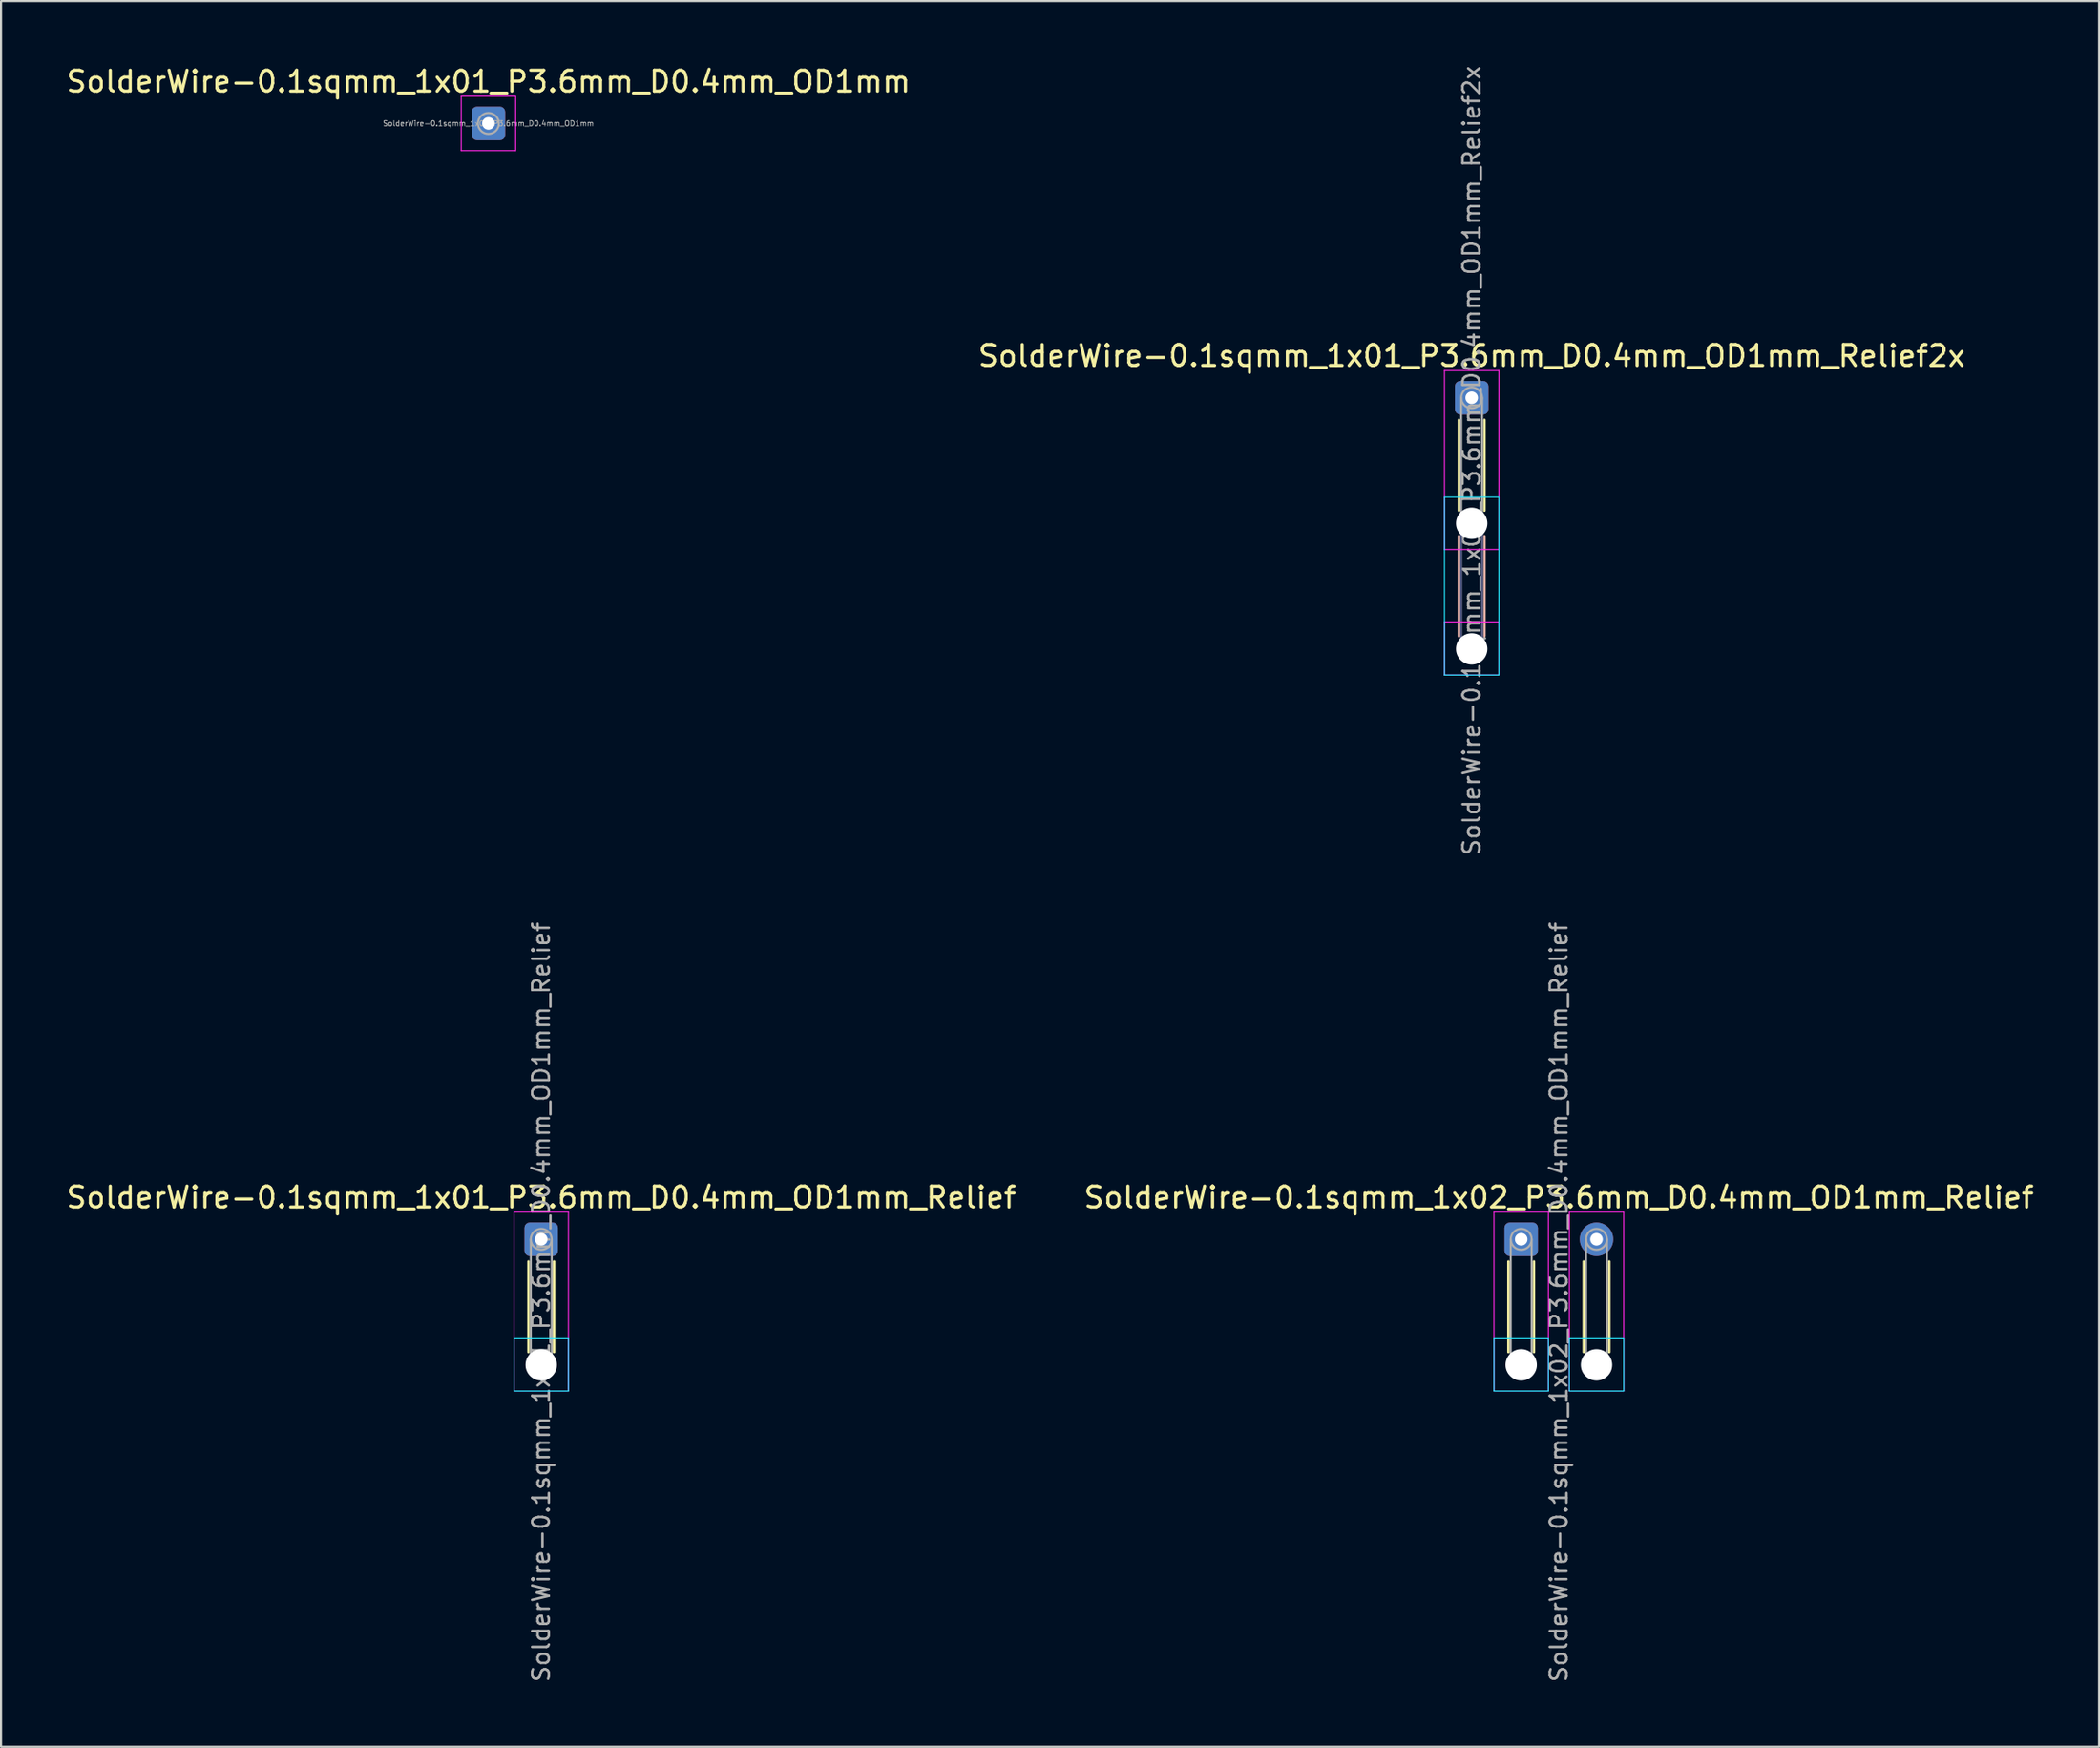
<source format=kicad_pcb>
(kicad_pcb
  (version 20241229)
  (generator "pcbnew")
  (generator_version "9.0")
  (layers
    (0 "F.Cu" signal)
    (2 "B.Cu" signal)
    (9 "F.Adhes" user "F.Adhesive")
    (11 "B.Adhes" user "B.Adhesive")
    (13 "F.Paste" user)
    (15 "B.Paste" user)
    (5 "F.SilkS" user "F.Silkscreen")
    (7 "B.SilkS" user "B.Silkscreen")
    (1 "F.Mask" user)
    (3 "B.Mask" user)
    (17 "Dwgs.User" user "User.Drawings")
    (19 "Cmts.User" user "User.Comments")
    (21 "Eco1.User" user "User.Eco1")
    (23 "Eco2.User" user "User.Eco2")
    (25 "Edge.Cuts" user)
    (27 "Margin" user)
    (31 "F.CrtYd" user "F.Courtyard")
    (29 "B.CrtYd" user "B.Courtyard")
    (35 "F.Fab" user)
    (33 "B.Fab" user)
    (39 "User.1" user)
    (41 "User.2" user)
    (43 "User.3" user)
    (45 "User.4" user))
  (footprint "SolderWire-0.1sqmm_1x01_P3.6mm_D0.4mm_OD1mm_Relief"
    (layer "F.Cu")
    (at 22.815 56.167)
    (property "Reference" "SolderWire-0.1sqmm_1x01_P3.6mm_D0.4mm_OD1mm_Relief" (at 0 -2 0) (layer "F.SilkS") (effects (font (size 1 1) (thickness 0.15))))
    (attr exclude_from_pos_files exclude_from_bom)
    (fp_line (start -0.61 1.06) (end -0.61 5.39) (stroke (width 0.12) (type solid)) (layer "F.SilkS"))
    (fp_line (start 0.61 1.06) (end 0.61 5.39) (stroke (width 0.12) (type solid)) (layer "F.SilkS"))
    (fp_line (start -1.3 4.75) (end -1.3 7.25) (stroke (width 0.05) (type solid)) (layer "B.CrtYd"))
    (fp_line (start -1.3 7.25) (end 1.3 7.25) (stroke (width 0.05) (type solid)) (layer "B.CrtYd"))
    (fp_line (start 1.3 4.75) (end -1.3 4.75) (stroke (width 0.05) (type solid)) (layer "B.CrtYd"))
    (fp_line (start 1.3 7.25) (end 1.3 4.75) (stroke (width 0.05) (type solid)) (layer "B.CrtYd"))
    (fp_line (start -1.3 -1.3) (end -1.3 7.25) (stroke (width 0.05) (type solid)) (layer "F.CrtYd"))
    (fp_line (start -1.3 7.25) (end 1.3 7.25) (stroke (width 0.05) (type solid)) (layer "F.CrtYd"))
    (fp_line (start 1.3 -1.3) (end -1.3 -1.3) (stroke (width 0.05) (type solid)) (layer "F.CrtYd"))
    (fp_line (start 1.3 7.25) (end 1.3 -1.3) (stroke (width 0.05) (type solid)) (layer "F.CrtYd"))
    (fp_line (start -0.5 0) (end -0.5 6) (stroke (width 0.1) (type solid)) (layer "F.Fab"))
    (fp_line (start 0.5 0) (end 0.5 6) (stroke (width 0.1) (type solid)) (layer "F.Fab"))
    (fp_circle (center 0 0) (end 0.5 0) (stroke (width 0.1) (type solid)) (fill no) (layer "F.Fab"))
    (fp_circle (center 0 6) (end 0.5 6) (stroke (width 0.1) (type solid)) (fill no) (layer "F.Fab"))
    (fp_text user "${REFERENCE}" (at 0 3 90) (layer "F.Fab") (effects (font (size 0.8 0.8) (thickness 0.12))))
    (pad "" np_thru_hole circle (at 0 6) (size 1.5 1.5) (drill 1.5) (layers "*.Cu" "*.Mask"))
    (pad "1" thru_hole roundrect (at 0 0) (size 1.6 1.6) (drill 0.6) (layers "*.Cu" "*.Mask") (roundrect_rratio 0.156)))
  (footprint "SolderWire-0.1sqmm_1x01_P3.6mm_D0.4mm_OD1mm_Relief2x"
    (layer "F.Cu")
    (at 67.28 15.957)
    (property "Reference" "SolderWire-0.1sqmm_1x01_P3.6mm_D0.4mm_OD1mm_Relief2x" (at 0 -2 0) (layer "F.SilkS") (effects (font (size 1 1) (thickness 0.15))))
    (attr exclude_from_pos_files exclude_from_bom)
    (fp_line (start -0.61 1.06) (end -0.61 5.39) (stroke (width 0.12) (type solid)) (layer "F.SilkS"))
    (fp_line (start 0.61 1.06) (end 0.61 5.39) (stroke (width 0.12) (type solid)) (layer "F.SilkS"))
    (fp_line (start -0.61 6.61) (end -0.61 11.39) (stroke (width 0.12) (type solid)) (layer "B.SilkS"))
    (fp_line (start 0.61 6.61) (end 0.61 11.39) (stroke (width 0.12) (type solid)) (layer "B.SilkS"))
    (fp_line (start -1.3 4.75) (end -1.3 13.25) (stroke (width 0.05) (type solid)) (layer "B.CrtYd"))
    (fp_line (start -1.3 13.25) (end 1.3 13.25) (stroke (width 0.05) (type solid)) (layer "B.CrtYd"))
    (fp_line (start 1.3 4.75) (end -1.3 4.75) (stroke (width 0.05) (type solid)) (layer "B.CrtYd"))
    (fp_line (start 1.3 13.25) (end 1.3 4.75) (stroke (width 0.05) (type solid)) (layer "B.CrtYd"))
    (fp_line (start -1.3 -1.3) (end -1.3 7.25) (stroke (width 0.05) (type solid)) (layer "F.CrtYd"))
    (fp_line (start -1.3 7.25) (end 1.3 7.25) (stroke (width 0.05) (type solid)) (layer "F.CrtYd"))
    (fp_line (start -1.3 10.75) (end -1.3 13.25) (stroke (width 0.05) (type solid)) (layer "F.CrtYd"))
    (fp_line (start -1.3 13.25) (end 1.3 13.25) (stroke (width 0.05) (type solid)) (layer "F.CrtYd"))
    (fp_line (start 1.3 -1.3) (end -1.3 -1.3) (stroke (width 0.05) (type solid)) (layer "F.CrtYd"))
    (fp_line (start 1.3 7.25) (end 1.3 -1.3) (stroke (width 0.05) (type solid)) (layer "F.CrtYd"))
    (fp_line (start 1.3 10.75) (end -1.3 10.75) (stroke (width 0.05) (type solid)) (layer "F.CrtYd"))
    (fp_line (start 1.3 13.25) (end 1.3 10.75) (stroke (width 0.05) (type solid)) (layer "F.CrtYd"))
    (fp_line (start -0.5 6) (end -0.5 12) (stroke (width 0.1) (type solid)) (layer "B.Fab"))
    (fp_line (start 0.5 6) (end 0.5 12) (stroke (width 0.1) (type solid)) (layer "B.Fab"))
    (fp_circle (center 0 6) (end 0.5 6) (stroke (width 0.1) (type solid)) (fill no) (layer "B.Fab"))
    (fp_circle (center 0 12) (end 0.5 12) (stroke (width 0.1) (type solid)) (fill no) (layer "B.Fab"))
    (fp_line (start -0.5 0) (end -0.5 6) (stroke (width 0.1) (type solid)) (layer "F.Fab"))
    (fp_line (start 0.5 0) (end 0.5 6) (stroke (width 0.1) (type solid)) (layer "F.Fab"))
    (fp_circle (center 0 0) (end 0.5 0) (stroke (width 0.1) (type solid)) (fill no) (layer "F.Fab"))
    (fp_circle (center 0 6) (end 0.5 6) (stroke (width 0.1) (type solid)) (fill no) (layer "F.Fab"))
    (fp_circle (center 0 12) (end 0.5 12) (stroke (width 0.1) (type solid)) (fill no) (layer "F.Fab"))
    (fp_text user "${REFERENCE}" (at 0 3 90) (layer "F.Fab") (effects (font (size 0.8 0.8) (thickness 0.12))))
    (pad "" np_thru_hole circle (at 0 6) (size 1.5 1.5) (drill 1.5) (layers "*.Cu" "*.Mask"))
    (pad "" np_thru_hole circle (at 0 12) (size 1.5 1.5) (drill 1.5) (layers "*.Cu" "*.Mask"))
    (pad "1" thru_hole roundrect (at 0 0) (size 1.6 1.6) (drill 0.6) (layers "*.Cu" "*.Mask") (roundrect_rratio 0.156)))
  (footprint "SolderWire-0.1sqmm_1x01_P3.6mm_D0.4mm_OD1mm"
    (layer "F.Cu")
    (at 20.292 2.848)
    (property "Reference" "SolderWire-0.1sqmm_1x01_P3.6mm_D0.4mm_OD1mm" (at 0 -2 0) (layer "F.SilkS") (effects (font (size 1 1) (thickness 0.15))))
    (attr exclude_from_pos_files exclude_from_bom)
    (fp_line (start -1.3 -1.3) (end -1.3 1.3) (stroke (width 0.05) (type solid)) (layer "F.CrtYd"))
    (fp_line (start -1.3 1.3) (end 1.3 1.3) (stroke (width 0.05) (type solid)) (layer "F.CrtYd"))
    (fp_line (start 1.3 -1.3) (end -1.3 -1.3) (stroke (width 0.05) (type solid)) (layer "F.CrtYd"))
    (fp_line (start 1.3 1.3) (end 1.3 -1.3) (stroke (width 0.05) (type solid)) (layer "F.CrtYd"))
    (fp_circle (center 0 0) (end 0.5 0) (stroke (width 0.1) (type solid)) (fill no) (layer "F.Fab"))
    (fp_text user "${REFERENCE}" (at 0 0 0) (layer "F.Fab") (effects (font (size 0.25 0.25) (thickness 0.04))))
    (pad "1" thru_hole roundrect (at 0 0) (size 1.6 1.6) (drill 0.6) (layers "*.Cu" "*.Mask") (roundrect_rratio 0.156)))
  (footprint "SolderWire-0.1sqmm_1x02_P3.6mm_D0.4mm_OD1mm_Relief"
    (layer "F.Cu")
    (at 69.646 56.167)
    (property "Reference" "SolderWire-0.1sqmm_1x02_P3.6mm_D0.4mm_OD1mm_Relief" (at 1.8 -2 0) (layer "F.SilkS") (effects (font (size 1 1) (thickness 0.15))))
    (attr exclude_from_pos_files exclude_from_bom)
    (fp_line (start -0.61 1.06) (end -0.61 5.39) (stroke (width 0.12) (type solid)) (layer "F.SilkS"))
    (fp_line (start 0.61 1.06) (end 0.61 5.39) (stroke (width 0.12) (type solid)) (layer "F.SilkS"))
    (fp_line (start 2.99 1.06) (end 2.99 5.39) (stroke (width 0.12) (type solid)) (layer "F.SilkS"))
    (fp_line (start 4.21 1.06) (end 4.21 5.39) (stroke (width 0.12) (type solid)) (layer "F.SilkS"))
    (fp_line (start -1.3 4.75) (end -1.3 7.25) (stroke (width 0.05) (type solid)) (layer "B.CrtYd"))
    (fp_line (start -1.3 7.25) (end 1.3 7.25) (stroke (width 0.05) (type solid)) (layer "B.CrtYd"))
    (fp_line (start 1.3 4.75) (end -1.3 4.75) (stroke (width 0.05) (type solid)) (layer "B.CrtYd"))
    (fp_line (start 1.3 7.25) (end 1.3 4.75) (stroke (width 0.05) (type solid)) (layer "B.CrtYd"))
    (fp_line (start 2.3 4.75) (end 2.3 7.25) (stroke (width 0.05) (type solid)) (layer "B.CrtYd"))
    (fp_line (start 2.3 7.25) (end 4.9 7.25) (stroke (width 0.05) (type solid)) (layer "B.CrtYd"))
    (fp_line (start 4.9 4.75) (end 2.3 4.75) (stroke (width 0.05) (type solid)) (layer "B.CrtYd"))
    (fp_line (start 4.9 7.25) (end 4.9 4.75) (stroke (width 0.05) (type solid)) (layer "B.CrtYd"))
    (fp_line (start -1.3 -1.3) (end -1.3 7.25) (stroke (width 0.05) (type solid)) (layer "F.CrtYd"))
    (fp_line (start -1.3 7.25) (end 1.3 7.25) (stroke (width 0.05) (type solid)) (layer "F.CrtYd"))
    (fp_line (start 1.3 -1.3) (end -1.3 -1.3) (stroke (width 0.05) (type solid)) (layer "F.CrtYd"))
    (fp_line (start 1.3 7.25) (end 1.3 -1.3) (stroke (width 0.05) (type solid)) (layer "F.CrtYd"))
    (fp_line (start 2.3 -1.3) (end 2.3 7.25) (stroke (width 0.05) (type solid)) (layer "F.CrtYd"))
    (fp_line (start 2.3 7.25) (end 4.9 7.25) (stroke (width 0.05) (type solid)) (layer "F.CrtYd"))
    (fp_line (start 4.9 -1.3) (end 2.3 -1.3) (stroke (width 0.05) (type solid)) (layer "F.CrtYd"))
    (fp_line (start 4.9 7.25) (end 4.9 -1.3) (stroke (width 0.05) (type solid)) (layer "F.CrtYd"))
    (fp_line (start -0.5 0) (end -0.5 6) (stroke (width 0.1) (type solid)) (layer "F.Fab"))
    (fp_line (start 0.5 0) (end 0.5 6) (stroke (width 0.1) (type solid)) (layer "F.Fab"))
    (fp_line (start 3.1 0) (end 3.1 6) (stroke (width 0.1) (type solid)) (layer "F.Fab"))
    (fp_line (start 4.1 0) (end 4.1 6) (stroke (width 0.1) (type solid)) (layer "F.Fab"))
    (fp_circle (center 0 0) (end 0.5 0) (stroke (width 0.1) (type solid)) (fill no) (layer "F.Fab"))
    (fp_circle (center 0 6) (end 0.5 6) (stroke (width 0.1) (type solid)) (fill no) (layer "F.Fab"))
    (fp_circle (center 3.6 0) (end 4.1 0) (stroke (width 0.1) (type solid)) (fill no) (layer "F.Fab"))
    (fp_circle (center 3.6 6) (end 4.1 6) (stroke (width 0.1) (type solid)) (fill no) (layer "F.Fab"))
    (fp_text user "${REFERENCE}" (at 1.8 3 90) (layer "F.Fab") (effects (font (size 0.8 0.8) (thickness 0.12))))
    (pad "" np_thru_hole circle (at 0 6) (size 1.5 1.5) (drill 1.5) (layers "*.Cu" "*.Mask"))
    (pad "" np_thru_hole circle (at 3.6 6) (size 1.5 1.5) (drill 1.5) (layers "*.Cu" "*.Mask"))
    (pad "1" thru_hole roundrect (at 0 0) (size 1.6 1.6) (drill 0.6) (layers "*.Cu" "*.Mask") (roundrect_rratio 0.156))
    (pad "2" thru_hole circle (at 3.6 0) (size 1.6 1.6) (drill 0.6) (layers "*.Cu" "*.Mask")))
  (gr_rect
    (start -3 -3)
    (end 97.262 80.419)
    (stroke (width 0.1) (type default))
    (fill no)
    (layer "Edge.Cuts")))
</source>
